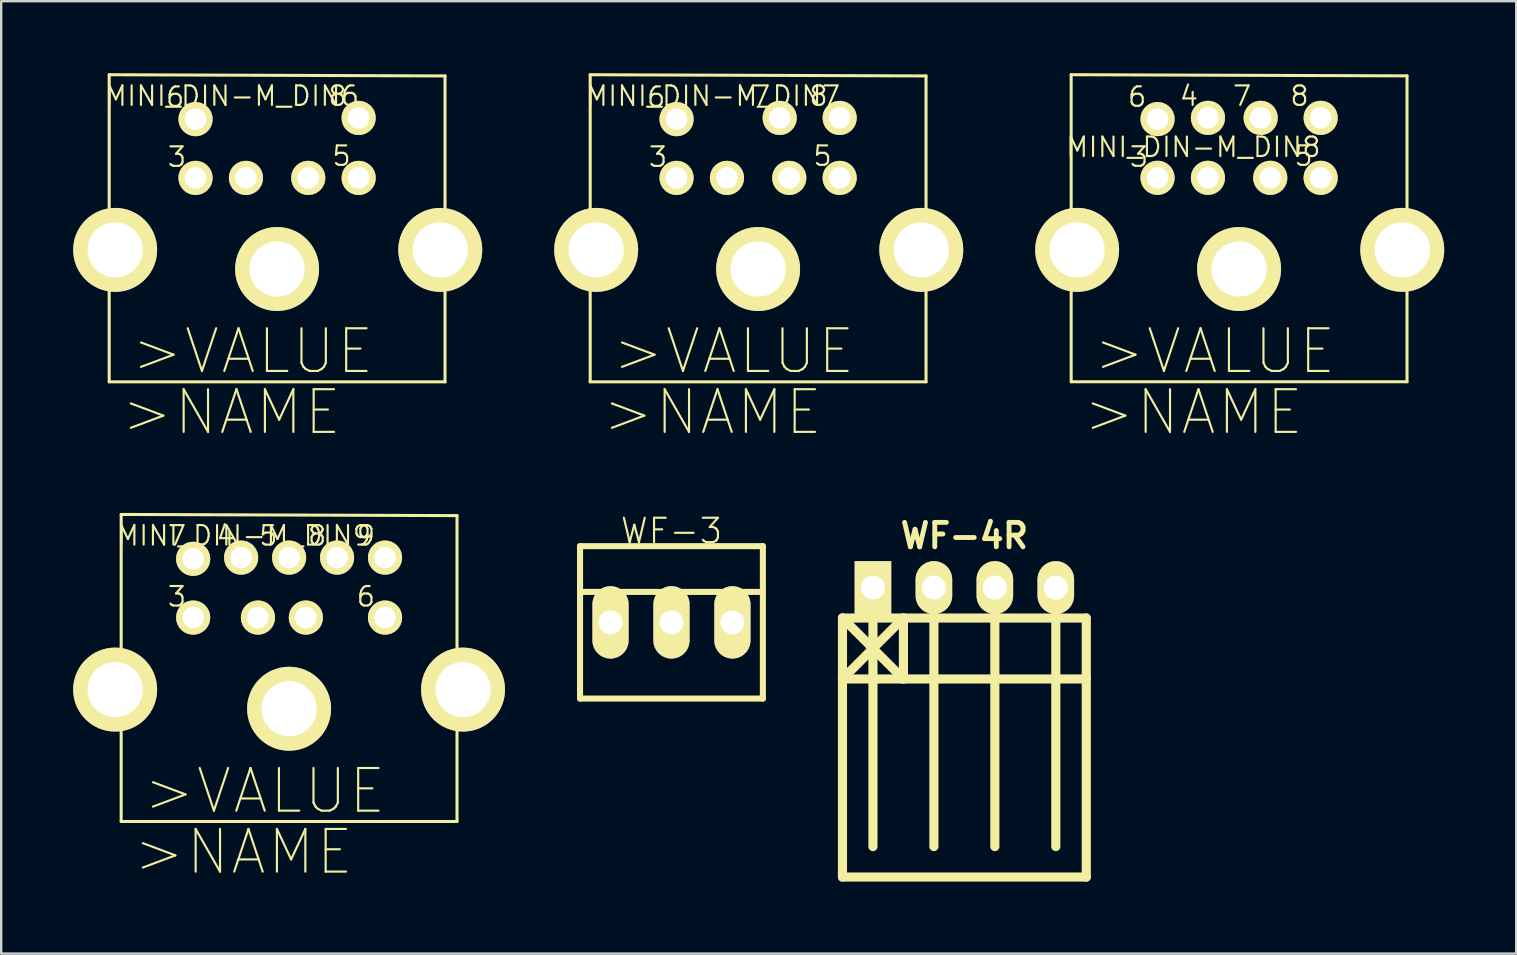
<source format=kicad_pcb>
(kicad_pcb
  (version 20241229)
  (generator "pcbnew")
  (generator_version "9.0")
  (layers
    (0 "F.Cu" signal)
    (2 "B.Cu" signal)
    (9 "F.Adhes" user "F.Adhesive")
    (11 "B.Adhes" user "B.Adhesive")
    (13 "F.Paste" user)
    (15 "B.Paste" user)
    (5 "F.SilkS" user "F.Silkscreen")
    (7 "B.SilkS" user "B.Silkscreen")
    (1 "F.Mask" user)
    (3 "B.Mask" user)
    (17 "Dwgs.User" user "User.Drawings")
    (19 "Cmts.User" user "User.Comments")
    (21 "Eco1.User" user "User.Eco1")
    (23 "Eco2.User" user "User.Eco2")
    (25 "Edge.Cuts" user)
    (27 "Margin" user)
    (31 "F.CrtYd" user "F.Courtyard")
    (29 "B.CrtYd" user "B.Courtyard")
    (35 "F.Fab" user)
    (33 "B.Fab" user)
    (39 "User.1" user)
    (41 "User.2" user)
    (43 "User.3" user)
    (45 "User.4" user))
  (footprint "WF-3"
    (layer "F.Cu")
    (at 24.933 22.887)
    (property "Reference" "WF-3" (at 0 -3.81 0) (layer "F.SilkS") (effects (font (size 1.016 1.016) (thickness 0.089))))
    (attr exclude_from_pos_files exclude_from_bom)
    (fp_line (start -3.81 -3.175) (end -3.81 3.175) (stroke (width 0.254) (type solid)) (layer "F.SilkS"))
    (fp_line (start -3.81 -3.175) (end 3.81 -3.175) (stroke (width 0.254) (type solid)) (layer "F.SilkS"))
    (fp_line (start 3.81 -3.175) (end 3.81 3.175) (stroke (width 0.254) (type solid)) (layer "F.SilkS"))
    (fp_line (start 3.81 -1.27) (end -3.81 -1.27) (stroke (width 0.254) (type solid)) (layer "F.SilkS"))
    (fp_line (start 3.81 3.175) (end -3.81 3.175) (stroke (width 0.254) (type solid)) (layer "F.SilkS"))
    (pad "1" thru_hole oval (at -2.54 0) (size 1.506 3.015) (drill 0.998) (layers "*.Cu" "F.Mask" "F.SilkS" "F.Paste"))
    (pad "2" thru_hole oval (at 0 0) (size 1.506 3.015) (drill 0.998) (layers "*.Cu" "F.Mask" "F.SilkS" "F.Paste"))
    (pad "3" thru_hole oval (at 2.54 0) (size 1.506 3.015) (drill 0.998) (layers "*.Cu" "F.Mask" "F.SilkS" "F.Paste")))
  (footprint "MINI_DIN-M_DIN7"
    (layer "F.Cu")
    (at 28.544 5.573)
    (property "Reference" "MINI_DIN-M_DIN7" (at -1.88 -4.623 0) (layer "F.SilkS") (effects (font (size 0.813 0.813) (thickness 0.089))))
    (attr exclude_from_pos_files exclude_from_bom)
    (fp_line (start -6.998 -5.509) (end 6.998 -5.458) (stroke (width 0.127) (type solid)) (layer "F.SilkS"))
    (fp_line (start -6.998 2.789) (end -6.998 -5.509) (stroke (width 0.127) (type solid)) (layer "F.SilkS"))
    (fp_line (start -6.998 2.789) (end -6.698 2.789) (stroke (width 0.127) (type solid)) (layer "F.SilkS"))
    (fp_line (start -6.998 7.29) (end -6.998 2.789) (stroke (width 0.127) (type solid)) (layer "F.SilkS"))
    (fp_line (start -6.698 0.792) (end -6.949 0.792) (stroke (width 0.127) (type solid)) (layer "F.SilkS"))
    (fp_line (start -6.698 2.789) (end -6.698 0.792) (stroke (width 0.127) (type solid)) (layer "F.SilkS"))
    (fp_line (start 6.698 0.792) (end 6.998 0.792) (stroke (width 0.127) (type solid)) (layer "F.SilkS"))
    (fp_line (start 6.698 2.789) (end 6.698 0.792) (stroke (width 0.127) (type solid)) (layer "F.SilkS"))
    (fp_line (start 6.998 -5.458) (end 6.998 0.792) (stroke (width 0.127) (type solid)) (layer "F.SilkS"))
    (fp_line (start 6.998 0.792) (end 6.998 2.789) (stroke (width 0.127) (type solid)) (layer "F.SilkS"))
    (fp_line (start 6.998 2.789) (end 6.698 2.789) (stroke (width 0.127) (type solid)) (layer "F.SilkS"))
    (fp_line (start 6.998 2.789) (end 6.998 7.29) (stroke (width 0.127) (type solid)) (layer "F.SilkS"))
    (fp_line (start 6.998 7.29) (end -6.998 7.29) (stroke (width 0.127) (type solid)) (layer "F.SilkS"))
    (fp_text user "8" (at 2.517 -4.623 0) (layer "F.SilkS") (effects (font (size 0.813 0.813) (thickness 0.089))))
    (fp_text user "3" (at -4.173 -2.083 0) (layer "F.SilkS") (effects (font (size 0.813 0.813) (thickness 0.089))))
    (fp_text user "7" (at 0.124 -4.623 0) (layer "F.SilkS") (effects (font (size 0.813 0.813) (thickness 0.089))))
    (fp_text user ">NAME" (at -1.905 8.557 0) (layer "F.SilkS") (effects (font (size 1.778 1.778) (thickness 0.089))))
    (fp_text user ">VALUE" (at -1.016 6.017 0) (layer "F.SilkS") (effects (font (size 1.778 1.778) (thickness 0.089))))
    (fp_text user "6" (at -4.249 -4.582 0) (layer "F.SilkS") (effects (font (size 0.813 0.813) (thickness 0.089))))
    (fp_text user "5" (at 2.685 -2.123 0) (layer "F.SilkS") (effects (font (size 0.813 0.813) (thickness 0.089))))
    (pad "1" thru_hole circle (at -1.298 -1.209) (size 1.422 1.422) (drill 0.899) (layers "*.Cu" "F.Mask" "F.SilkS" "F.Paste"))
    (pad "2" thru_hole circle (at 1.298 -1.209) (size 1.422 1.422) (drill 0.899) (layers "*.Cu" "F.Mask" "F.SilkS" "F.Paste"))
    (pad "3" thru_hole circle (at -3.399 -1.209) (size 1.422 1.422) (drill 0.899) (layers "*.Cu" "F.Mask" "F.SilkS" "F.Paste"))
    (pad "5" thru_hole circle (at 3.399 -1.209) (size 1.422 1.422) (drill 0.899) (layers "*.Cu" "F.Mask" "F.SilkS" "F.Paste"))
    (pad "6" thru_hole circle (at -3.399 -3.658) (size 1.422 1.422) (drill 0.899) (layers "*.Cu" "F.Mask" "F.SilkS" "F.Paste"))
    (pad "7" thru_hole circle (at 0.899 -3.708) (size 1.422 1.422) (drill 0.899) (layers "*.Cu" "F.Mask" "F.SilkS" "F.Paste"))
    (pad "8" thru_hole circle (at 3.399 -3.708) (size 1.422 1.422) (drill 0.899) (layers "*.Cu" "F.Mask" "F.SilkS" "F.Paste"))
    (pad "SH1" thru_hole circle (at 6.8 1.791) (size 3.498 3.498) (drill 2.299) (layers "*.Cu" "F.Mask" "F.SilkS" "F.Paste"))
    (pad "SH2" thru_hole circle (at 0 2.588) (size 3.498 3.498) (drill 2.299) (layers "*.Cu" "F.Mask" "F.SilkS" "F.Paste"))
    (pad "SH3" thru_hole circle (at -6.749 1.791) (size 3.498 3.498) (drill 2.299) (layers "*.Cu" "F.Mask" "F.SilkS" "F.Paste")))
  (footprint "WF-4R"
    (layer "F.Cu")
    (at 37.14 21.436)
    (property "Reference" "WF-4R" (at 0 -2.159 0) (layer "F.SilkS") (effects (font (size 1.016 1.016) (thickness 0.203))))
    (attr through_hole)
    (fp_line (start -5.08 1.27) (end -5.08 3.81) (stroke (width 0.381) (type solid)) (layer "F.SilkS"))
    (fp_line (start -5.08 3.81) (end -5.08 12.065) (stroke (width 0.381) (type solid)) (layer "F.SilkS"))
    (fp_line (start -5.08 3.81) (end -2.54 1.27) (stroke (width 0.381) (type solid)) (layer "F.SilkS"))
    (fp_line (start -5.08 12.065) (end 5.08 12.065) (stroke (width 0.381) (type solid)) (layer "F.SilkS"))
    (fp_line (start -3.81 0) (end -3.81 10.795) (stroke (width 0.381) (type solid)) (layer "F.SilkS"))
    (fp_line (start -2.54 1.27) (end -2.54 3.81) (stroke (width 0.381) (type solid)) (layer "F.SilkS"))
    (fp_line (start -2.54 3.81) (end -5.08 1.27) (stroke (width 0.381) (type solid)) (layer "F.SilkS"))
    (fp_line (start -1.27 0) (end -1.27 10.795) (stroke (width 0.381) (type solid)) (layer "F.SilkS"))
    (fp_line (start 1.27 0) (end 1.27 10.795) (stroke (width 0.381) (type solid)) (layer "F.SilkS"))
    (fp_line (start 3.81 0) (end 3.81 10.795) (stroke (width 0.381) (type solid)) (layer "F.SilkS"))
    (fp_line (start 5.08 1.27) (end -5.08 1.27) (stroke (width 0.381) (type solid)) (layer "F.SilkS"))
    (fp_line (start 5.08 1.27) (end 5.08 3.81) (stroke (width 0.381) (type solid)) (layer "F.SilkS"))
    (fp_line (start 5.08 3.81) (end -5.08 3.81) (stroke (width 0.381) (type solid)) (layer "F.SilkS"))
    (fp_line (start 5.08 12.065) (end 5.08 3.81) (stroke (width 0.381) (type solid)) (layer "F.SilkS"))
    (pad "1" thru_hole rect (at -3.81 0) (size 1.524 2.2) (drill 1.001) (layers "*.Cu" "*.Mask" "F.SilkS"))
    (pad "2" thru_hole oval (at -1.27 0) (size 1.524 2.2) (drill 1.001) (layers "*.Cu" "*.Mask" "F.SilkS"))
    (pad "3" thru_hole oval (at 1.27 0) (size 1.524 2.2) (drill 1.001) (layers "*.Cu" "*.Mask" "F.SilkS"))
    (pad "4" thru_hole oval (at 3.81 0) (size 1.524 2.2) (drill 1.001) (layers "*.Cu" "*.Mask" "F.SilkS")))
  (footprint "MINI_DIN-M_DIN9"
    (layer "F.Cu")
    (at 8.998 23.947)
    (property "Reference" "MINI_DIN-M_DIN9" (at -1.88 -4.674 0) (layer "F.SilkS") (effects (font (size 0.813 0.813) (thickness 0.089))))
    (attr exclude_from_pos_files exclude_from_bom)
    (fp_line (start -7.3 0.742) (end -7.048 0.742) (stroke (width 0.127) (type solid)) (layer "F.SilkS"))
    (fp_line (start -7.3 2.738) (end -7.3 0.742) (stroke (width 0.127) (type solid)) (layer "F.SilkS"))
    (fp_line (start -6.998 -5.558) (end 6.998 -5.509) (stroke (width 0.127) (type solid)) (layer "F.SilkS"))
    (fp_line (start -6.998 2.738) (end -7.3 2.738) (stroke (width 0.127) (type solid)) (layer "F.SilkS"))
    (fp_line (start -6.998 2.738) (end -6.998 -5.558) (stroke (width 0.127) (type solid)) (layer "F.SilkS"))
    (fp_line (start -6.998 7.239) (end -6.998 2.738) (stroke (width 0.127) (type solid)) (layer "F.SilkS"))
    (fp_line (start 6.998 -5.509) (end 6.998 0.742) (stroke (width 0.127) (type solid)) (layer "F.SilkS"))
    (fp_line (start 6.998 0.742) (end 6.998 2.738) (stroke (width 0.127) (type solid)) (layer "F.SilkS"))
    (fp_line (start 6.998 2.738) (end 6.998 7.239) (stroke (width 0.127) (type solid)) (layer "F.SilkS"))
    (fp_line (start 6.998 2.738) (end 7.3 2.738) (stroke (width 0.127) (type solid)) (layer "F.SilkS"))
    (fp_line (start 6.998 7.239) (end -6.998 7.239) (stroke (width 0.127) (type solid)) (layer "F.SilkS"))
    (fp_line (start 7.3 0.742) (end 6.998 0.742) (stroke (width 0.127) (type solid)) (layer "F.SilkS"))
    (fp_line (start 7.3 2.738) (end 7.3 0.742) (stroke (width 0.127) (type solid)) (layer "F.SilkS"))
    (fp_text user ">NAME" (at -1.905 8.509 0) (layer "F.SilkS") (effects (font (size 1.778 1.778) (thickness 0.089))))
    (fp_text user "5" (at -0.864 -4.671 0) (layer "F.SilkS") (effects (font (size 0.813 0.813) (thickness 0.089))))
    (fp_text user "7" (at -4.674 -4.671 0) (layer "F.SilkS") (effects (font (size 0.813 0.813) (thickness 0.089))))
    (fp_text user "8" (at 1.168 -4.671 0) (layer "F.SilkS") (effects (font (size 0.813 0.813) (thickness 0.089))))
    (fp_text user "3" (at -4.674 -2.134 0) (layer "F.SilkS") (effects (font (size 0.813 0.813) (thickness 0.089))))
    (fp_text user "9" (at 3.2 -4.671 0) (layer "F.SilkS") (effects (font (size 0.813 0.813) (thickness 0.089))))
    (fp_text user "6" (at 3.2 -2.134 0) (layer "F.SilkS") (effects (font (size 0.813 0.813) (thickness 0.089))))
    (fp_text user "4" (at -2.642 -4.671 0) (layer "F.SilkS") (effects (font (size 0.813 0.813) (thickness 0.089))))
    (fp_text user ">VALUE" (at -1.016 5.969 0) (layer "F.SilkS") (effects (font (size 1.778 1.778) (thickness 0.089))))
    (pad "1" thru_hole circle (at -1.298 -1.26) (size 1.422 1.422) (drill 0.899) (layers "*.Cu" "F.Mask" "F.SilkS" "F.Paste"))
    (pad "2" thru_hole circle (at 0.699 -1.26) (size 1.422 1.422) (drill 0.899) (layers "*.Cu" "F.Mask" "F.SilkS" "F.Paste"))
    (pad "3" thru_hole circle (at -3.998 -1.26) (size 1.422 1.422) (drill 0.899) (layers "*.Cu" "F.Mask" "F.SilkS" "F.Paste"))
    (pad "4" thru_hole circle (at -1.999 -3.759) (size 1.422 1.422) (drill 0.899) (layers "*.Cu" "F.Mask" "F.SilkS" "F.Paste"))
    (pad "5" thru_hole circle (at 0 -3.759) (size 1.422 1.422) (drill 0.899) (layers "*.Cu" "F.Mask" "F.SilkS" "F.Paste"))
    (pad "6" thru_hole circle (at 3.998 -1.26) (size 1.422 1.422) (drill 0.899) (layers "*.Cu" "F.Mask" "F.SilkS" "F.Paste"))
    (pad "7" thru_hole circle (at -3.998 -3.708) (size 1.422 1.422) (drill 0.899) (layers "*.Cu" "F.Mask" "F.SilkS" "F.Paste"))
    (pad "8" thru_hole circle (at 1.999 -3.759) (size 1.422 1.422) (drill 0.899) (layers "*.Cu" "F.Mask" "F.SilkS" "F.Paste"))
    (pad "9" thru_hole circle (at 3.998 -3.759) (size 1.422 1.422) (drill 0.899) (layers "*.Cu" "F.Mask" "F.SilkS" "F.Paste"))
    (pad "SH1" thru_hole circle (at 7.249 1.742) (size 3.498 3.498) (drill 2.299) (layers "*.Cu" "F.Mask" "F.SilkS" "F.Paste"))
    (pad "SH2" thru_hole circle (at 0 2.54) (size 3.498 3.498) (drill 2.299) (layers "*.Cu" "F.Mask" "F.SilkS" "F.Paste"))
    (pad "SH3" thru_hole circle (at -7.249 1.742) (size 3.498 3.498) (drill 2.299) (layers "*.Cu" "F.Mask" "F.SilkS" "F.Paste")))
  (footprint "MINI_DIN-M_DIN6"
    (layer "F.Cu")
    (at 8.498 5.573)
    (property "Reference" "MINI_DIN-M_DIN6" (at -1.88 -4.623 0) (layer "F.SilkS") (effects (font (size 0.813 0.813) (thickness 0.089))))
    (attr exclude_from_pos_files exclude_from_bom)
    (fp_line (start -6.998 -5.509) (end 6.998 -5.458) (stroke (width 0.127) (type solid)) (layer "F.SilkS"))
    (fp_line (start -6.998 2.789) (end -6.998 -5.509) (stroke (width 0.127) (type solid)) (layer "F.SilkS"))
    (fp_line (start -6.998 2.789) (end -6.698 2.789) (stroke (width 0.127) (type solid)) (layer "F.SilkS"))
    (fp_line (start -6.998 7.29) (end -6.998 2.789) (stroke (width 0.127) (type solid)) (layer "F.SilkS"))
    (fp_line (start -6.698 0.792) (end -6.949 0.792) (stroke (width 0.127) (type solid)) (layer "F.SilkS"))
    (fp_line (start -6.698 2.789) (end -6.698 0.792) (stroke (width 0.127) (type solid)) (layer "F.SilkS"))
    (fp_line (start 6.698 0.792) (end 6.998 0.792) (stroke (width 0.127) (type solid)) (layer "F.SilkS"))
    (fp_line (start 6.698 2.789) (end 6.698 0.792) (stroke (width 0.127) (type solid)) (layer "F.SilkS"))
    (fp_line (start 6.998 -5.458) (end 6.998 0.792) (stroke (width 0.127) (type solid)) (layer "F.SilkS"))
    (fp_line (start 6.998 0.792) (end 6.998 2.789) (stroke (width 0.127) (type solid)) (layer "F.SilkS"))
    (fp_line (start 6.998 2.789) (end 6.698 2.789) (stroke (width 0.127) (type solid)) (layer "F.SilkS"))
    (fp_line (start 6.998 2.789) (end 6.998 7.29) (stroke (width 0.127) (type solid)) (layer "F.SilkS"))
    (fp_line (start 6.998 7.29) (end -6.998 7.29) (stroke (width 0.127) (type solid)) (layer "F.SilkS"))
    (fp_text user ">VALUE" (at -1.016 6.017 0) (layer "F.SilkS") (effects (font (size 1.778 1.778) (thickness 0.089))))
    (fp_text user "3" (at -4.173 -2.083 0) (layer "F.SilkS") (effects (font (size 0.813 0.813) (thickness 0.089))))
    (fp_text user "8" (at 2.517 -4.623 0) (layer "F.SilkS") (effects (font (size 0.813 0.813) (thickness 0.089))))
    (fp_text user "6" (at -4.249 -4.582 0) (layer "F.SilkS") (effects (font (size 0.813 0.813) (thickness 0.089))))
    (fp_text user ">NAME" (at -1.905 8.557 0) (layer "F.SilkS") (effects (font (size 1.778 1.778) (thickness 0.089))))
    (fp_text user "5" (at 2.685 -2.123 0) (layer "F.SilkS") (effects (font (size 0.813 0.813) (thickness 0.089))))
    (pad "1" thru_hole circle (at -1.298 -1.209) (size 1.422 1.422) (drill 0.899) (layers "*.Cu" "F.Mask" "F.SilkS" "F.Paste"))
    (pad "2" thru_hole circle (at 1.298 -1.209) (size 1.422 1.422) (drill 0.899) (layers "*.Cu" "F.Mask" "F.SilkS" "F.Paste"))
    (pad "3" thru_hole circle (at -3.399 -1.209) (size 1.422 1.422) (drill 0.899) (layers "*.Cu" "F.Mask" "F.SilkS" "F.Paste"))
    (pad "5" thru_hole circle (at 3.399 -1.209) (size 1.422 1.422) (drill 0.899) (layers "*.Cu" "F.Mask" "F.SilkS" "F.Paste"))
    (pad "6" thru_hole circle (at -3.399 -3.658) (size 1.422 1.422) (drill 0.899) (layers "*.Cu" "F.Mask" "F.SilkS" "F.Paste"))
    (pad "8" thru_hole circle (at 3.399 -3.708) (size 1.422 1.422) (drill 0.899) (layers "*.Cu" "F.Mask" "F.SilkS" "F.Paste"))
    (pad "SH1" thru_hole circle (at 6.8 1.791) (size 3.498 3.498) (drill 2.299) (layers "*.Cu" "F.Mask" "F.SilkS" "F.Paste"))
    (pad "SH2" thru_hole circle (at 0 2.588) (size 3.498 3.498) (drill 2.299) (layers "*.Cu" "F.Mask" "F.SilkS" "F.Paste"))
    (pad "SH3" thru_hole circle (at -6.749 1.791) (size 3.498 3.498) (drill 2.299) (layers "*.Cu" "F.Mask" "F.SilkS" "F.Paste")))
  (footprint "MINI_DIN-M_DIN8"
    (layer "F.Cu")
    (at 48.589 5.621)
    (property "Reference" "MINI_DIN-M_DIN8" (at -1.905 -2.54 0) (layer "F.SilkS") (effects (font (size 0.813 0.813) (thickness 0.089))))
    (attr exclude_from_pos_files exclude_from_bom)
    (fp_line (start -6.998 -5.558) (end 6.998 -5.509) (stroke (width 0.127) (type solid)) (layer "F.SilkS"))
    (fp_line (start -6.998 2.738) (end -6.998 -5.558) (stroke (width 0.127) (type solid)) (layer "F.SilkS"))
    (fp_line (start -6.998 2.738) (end -6.698 2.738) (stroke (width 0.127) (type solid)) (layer "F.SilkS"))
    (fp_line (start -6.998 7.239) (end -6.998 2.738) (stroke (width 0.127) (type solid)) (layer "F.SilkS"))
    (fp_line (start -6.698 0.742) (end -6.949 0.742) (stroke (width 0.127) (type solid)) (layer "F.SilkS"))
    (fp_line (start -6.698 2.738) (end -6.698 0.742) (stroke (width 0.127) (type solid)) (layer "F.SilkS"))
    (fp_line (start 6.698 0.742) (end 6.998 0.742) (stroke (width 0.127) (type solid)) (layer "F.SilkS"))
    (fp_line (start 6.698 2.738) (end 6.698 0.742) (stroke (width 0.127) (type solid)) (layer "F.SilkS"))
    (fp_line (start 6.998 -5.509) (end 6.998 0.742) (stroke (width 0.127) (type solid)) (layer "F.SilkS"))
    (fp_line (start 6.998 0.742) (end 6.998 2.738) (stroke (width 0.127) (type solid)) (layer "F.SilkS"))
    (fp_line (start 6.998 2.738) (end 6.698 2.738) (stroke (width 0.127) (type solid)) (layer "F.SilkS"))
    (fp_line (start 6.998 2.738) (end 6.998 7.239) (stroke (width 0.127) (type solid)) (layer "F.SilkS"))
    (fp_line (start 6.998 7.239) (end -6.998 7.239) (stroke (width 0.127) (type solid)) (layer "F.SilkS"))
    (fp_text user "3" (at -4.173 -2.134 0) (layer "F.SilkS") (effects (font (size 0.813 0.813) (thickness 0.089))))
    (fp_text user ">VALUE" (at -1.016 5.969 0) (layer "F.SilkS") (effects (font (size 1.778 1.778) (thickness 0.089))))
    (fp_text user "7" (at 0.124 -4.671 0) (layer "F.SilkS") (effects (font (size 0.813 0.813) (thickness 0.089))))
    (fp_text user ">NAME" (at -1.905 8.509 0) (layer "F.SilkS") (effects (font (size 1.778 1.778) (thickness 0.089))))
    (fp_text user "5" (at 2.685 -2.172 0) (layer "F.SilkS") (effects (font (size 0.813 0.813) (thickness 0.089))))
    (fp_text user "4" (at -2.09 -4.671 0) (layer "F.SilkS") (effects (font (size 0.813 0.813) (thickness 0.089))))
    (fp_text user "8" (at 2.517 -4.671 0) (layer "F.SilkS") (effects (font (size 0.813 0.813) (thickness 0.089))))
    (fp_text user "6" (at -4.249 -4.633 0) (layer "F.SilkS") (effects (font (size 0.813 0.813) (thickness 0.089))))
    (pad "1" thru_hole circle (at -1.298 -1.26) (size 1.422 1.422) (drill 0.899) (layers "*.Cu" "F.Mask" "F.SilkS" "F.Paste"))
    (pad "2" thru_hole circle (at 1.298 -1.26) (size 1.422 1.422) (drill 0.899) (layers "*.Cu" "F.Mask" "F.SilkS" "F.Paste"))
    (pad "3" thru_hole circle (at -3.399 -1.26) (size 1.422 1.422) (drill 0.899) (layers "*.Cu" "F.Mask" "F.SilkS" "F.Paste"))
    (pad "4" thru_hole circle (at -1.298 -3.759) (size 1.422 1.422) (drill 0.899) (layers "*.Cu" "F.Mask" "F.SilkS" "F.Paste"))
    (pad "5" thru_hole circle (at 3.399 -1.26) (size 1.422 1.422) (drill 0.899) (layers "*.Cu" "F.Mask" "F.SilkS" "F.Paste"))
    (pad "6" thru_hole circle (at -3.399 -3.708) (size 1.422 1.422) (drill 0.899) (layers "*.Cu" "F.Mask" "F.SilkS" "F.Paste"))
    (pad "7" thru_hole circle (at 0.899 -3.759) (size 1.422 1.422) (drill 0.899) (layers "*.Cu" "F.Mask" "F.SilkS" "F.Paste"))
    (pad "8" thru_hole circle (at 3.399 -3.759) (size 1.422 1.422) (drill 0.899) (layers "*.Cu" "F.Mask" "F.SilkS" "F.Paste"))
    (pad "SH1" thru_hole circle (at 6.8 1.742) (size 3.498 3.498) (drill 2.299) (layers "*.Cu" "F.Mask" "F.SilkS" "F.Paste"))
    (pad "SH2" thru_hole circle (at 0 2.54) (size 3.498 3.498) (drill 2.299) (layers "*.Cu" "F.Mask" "F.SilkS" "F.Paste"))
    (pad "SH3" thru_hole circle (at -6.749 1.742) (size 3.498 3.498) (drill 2.299) (layers "*.Cu" "F.Mask" "F.SilkS" "F.Paste")))
  (gr_rect
    (start -3 -3)
    (end 60.138 36.692)
    (stroke (width 0.1) (type default))
    (fill no)
    (layer "Edge.Cuts")))
</source>
